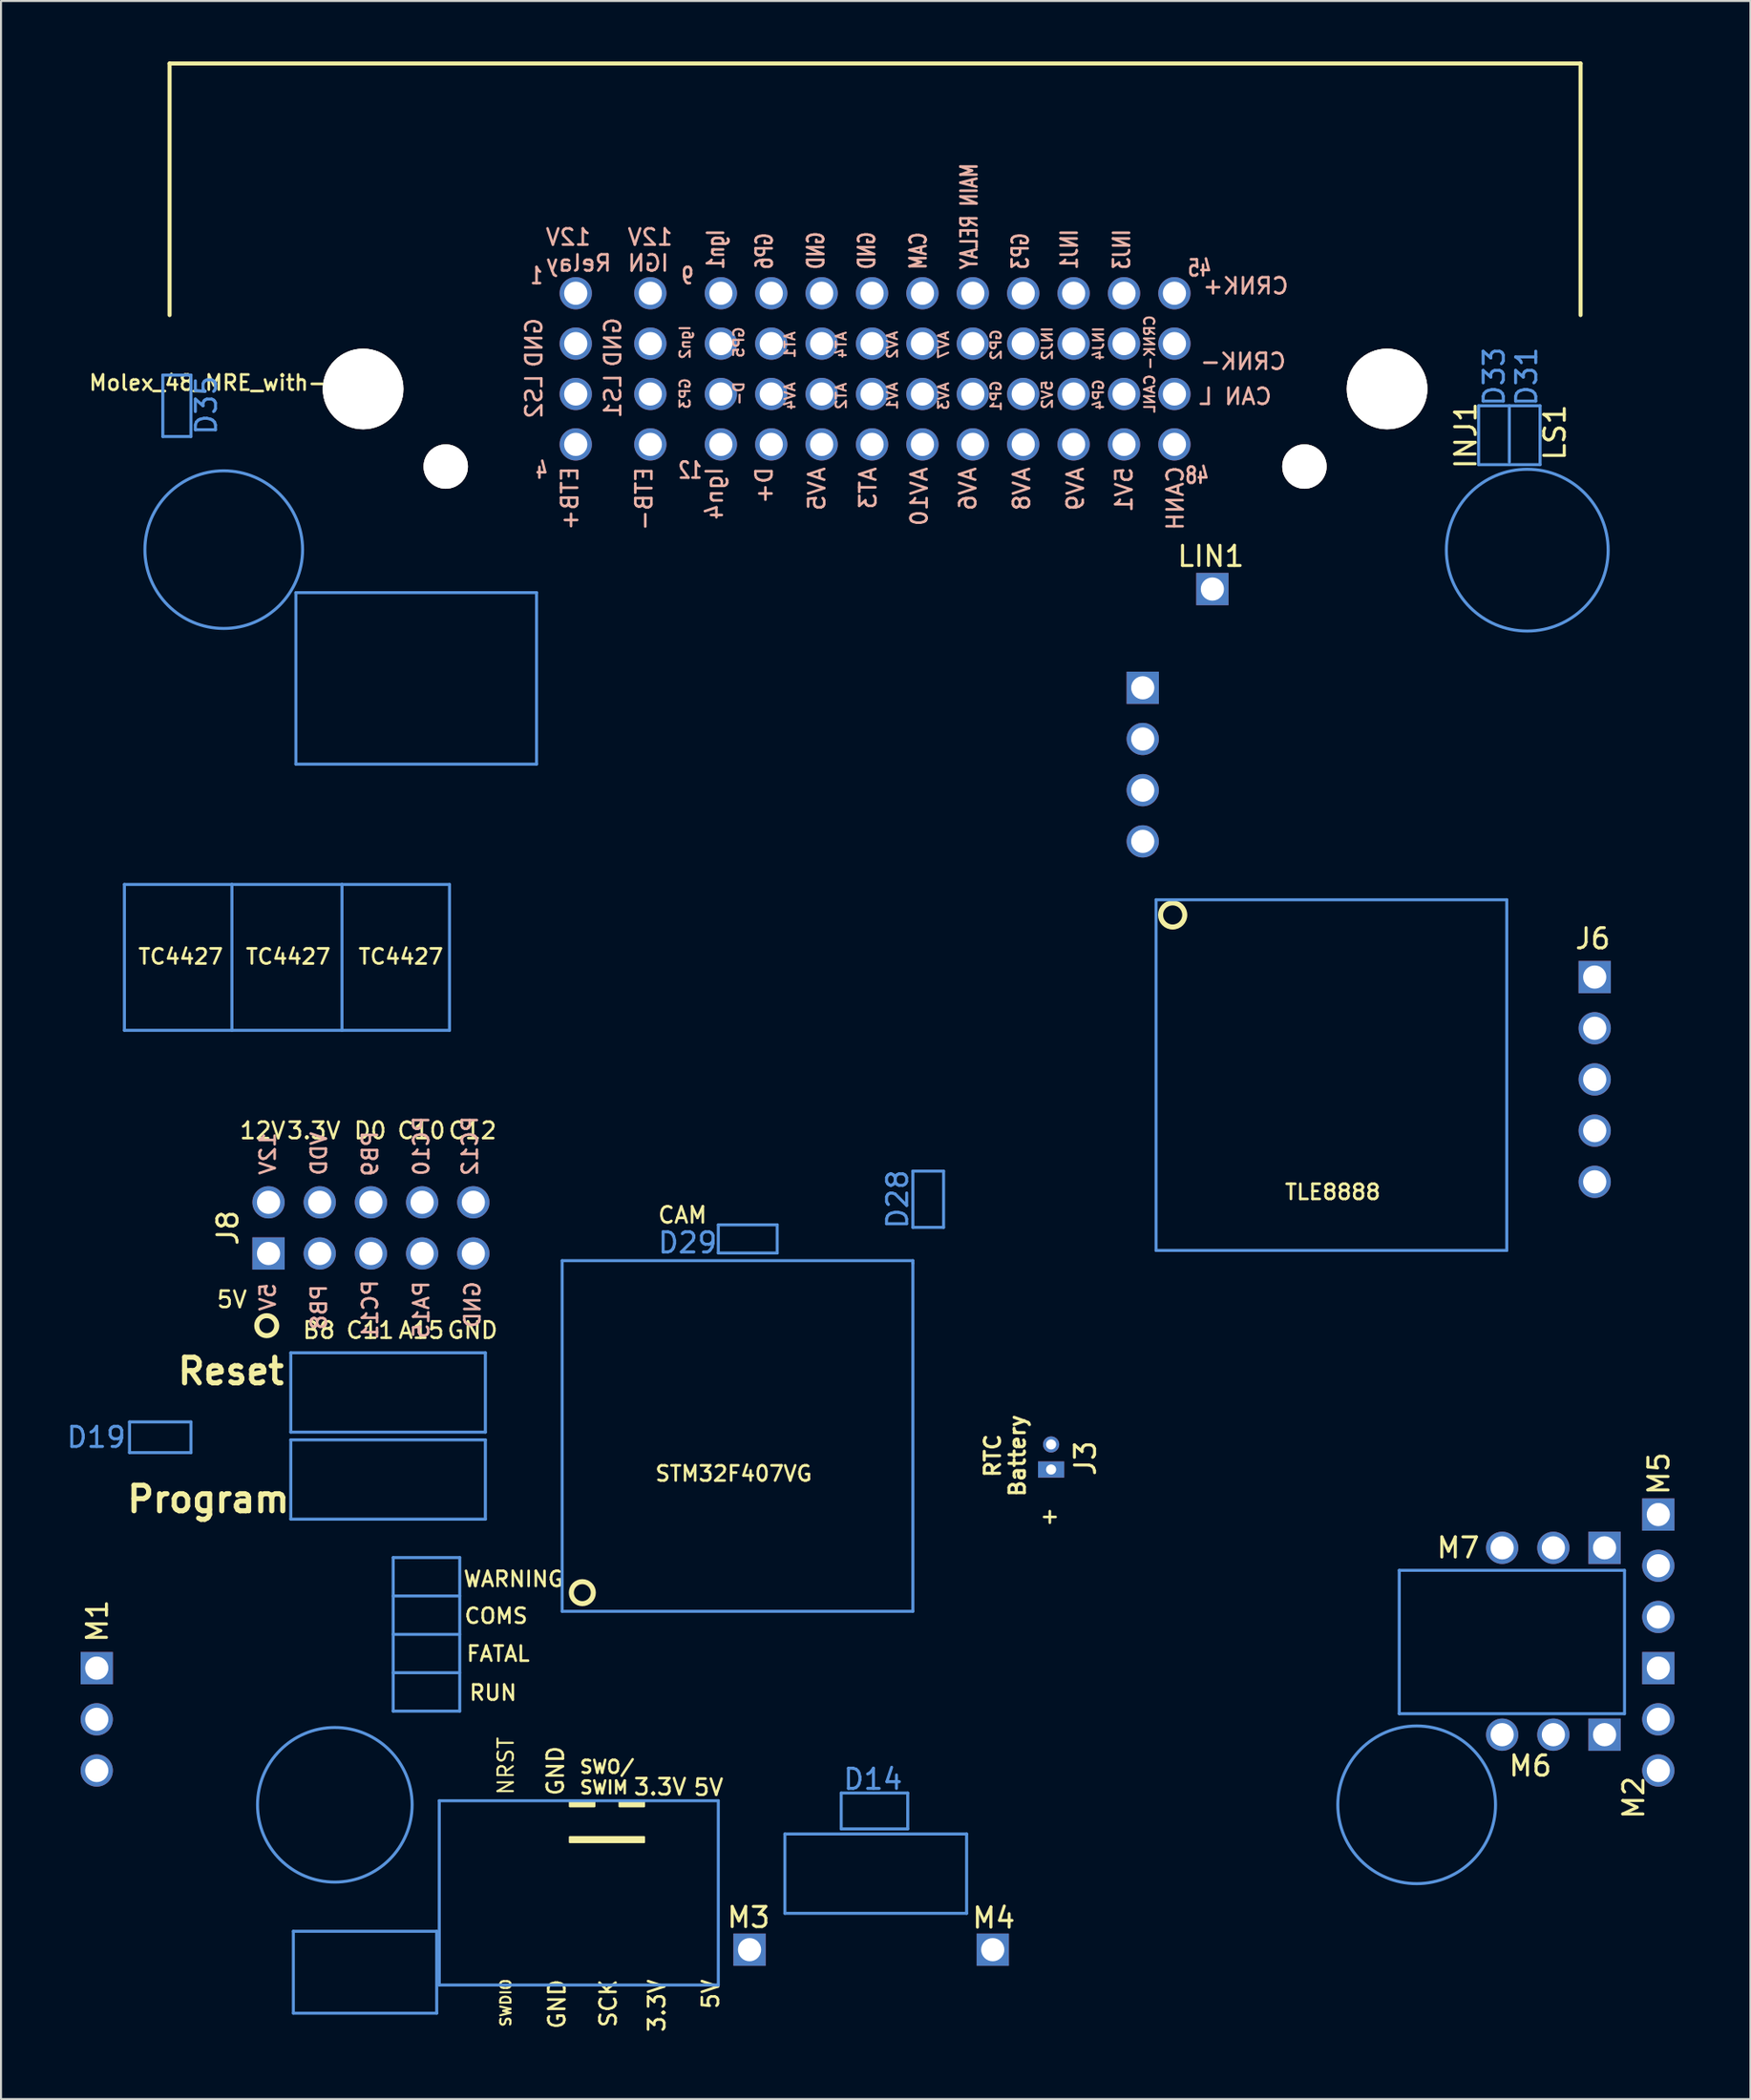
<source format=kicad_pcb>
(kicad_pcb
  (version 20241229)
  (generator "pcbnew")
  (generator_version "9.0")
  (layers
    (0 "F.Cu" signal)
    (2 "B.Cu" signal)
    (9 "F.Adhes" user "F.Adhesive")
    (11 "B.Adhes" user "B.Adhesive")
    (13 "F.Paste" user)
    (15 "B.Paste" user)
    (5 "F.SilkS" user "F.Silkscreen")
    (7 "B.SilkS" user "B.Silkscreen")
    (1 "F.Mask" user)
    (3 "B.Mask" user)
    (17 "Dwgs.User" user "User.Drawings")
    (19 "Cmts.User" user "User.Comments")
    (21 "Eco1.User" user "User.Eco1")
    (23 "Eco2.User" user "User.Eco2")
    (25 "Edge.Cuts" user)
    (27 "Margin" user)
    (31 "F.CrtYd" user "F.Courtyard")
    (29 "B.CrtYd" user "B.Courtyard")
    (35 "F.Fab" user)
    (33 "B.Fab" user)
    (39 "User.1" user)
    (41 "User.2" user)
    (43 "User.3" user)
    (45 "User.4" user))
  (footprint "Molex_48_MRE_with-extras"
    (layer "F.Cu")
    (at 25.474 11.497)
    (property "Reference" "Molex_48_MRE_with-extras" (at -16.485 4.445 0) (layer "F.SilkS") (effects (font (size 0.75 0.75) (thickness 0.13))))
    (attr through_hole)
    (fp_line (start -20.111 -11.397) (end -20.111 1.086) (stroke (width 0.2) (type solid)) (layer "F.SilkS"))
    (fp_line (start 49.889 -11.397) (end -20.111 -11.397) (stroke (width 0.2) (type solid)) (layer "F.SilkS"))
    (fp_line (start 49.889 -11.397) (end 49.889 1.086) (stroke (width 0.2) (type solid)) (layer "F.SilkS"))
    (fp_circle (center -15.291 51.232) (end -14.973 51.613) (stroke (width 0.25) (type solid)) (fill no) (layer "F.SilkS"))
    (fp_circle (center 0.366 64.479) (end 0.683 64.923) (stroke (width 0.25) (type solid)) (fill no) (layer "F.SilkS"))
    (fp_circle (center 29.652 30.851) (end 29.97 31.359) (stroke (width 0.25) (type solid)) (fill no) (layer "F.SilkS"))
    (fp_poly (pts (xy -0.254 74.828) (xy 0.965 74.828) (xy 0.965 75.082) (xy -0.254 75.082)) (stroke (width 0.1) (type solid)) (fill yes) (layer "F.SilkS"))
    (fp_poly (pts (xy -0.254 76.606) (xy 3.429 76.606) (xy 3.429 76.86) (xy -0.254 76.86)) (stroke (width 0.1) (type solid)) (fill yes) (layer "F.SilkS"))
    (fp_poly (pts (xy 2.21 74.828) (xy 3.429 74.828) (xy 3.429 75.082) (xy 2.21 75.082)) (stroke (width 0.1) (type solid)) (fill yes) (layer "F.SilkS"))
    (fp_line (start -22.352 29.337) (end -17.018 29.337) (stroke (width 0.15) (type solid)) (layer "Cmts.User"))
    (fp_line (start -22.352 36.576) (end -22.352 29.337) (stroke (width 0.15) (type solid)) (layer "Cmts.User"))
    (fp_line (start -22.098 56.007) (end -19.05 56.007) (stroke (width 0.15) (type solid)) (layer "Cmts.User"))
    (fp_line (start -22.098 57.531) (end -22.098 56.007) (stroke (width 0.15) (type solid)) (layer "Cmts.User"))
    (fp_line (start -20.447 4.064) (end -20.447 7.112) (stroke (width 0.15) (type solid)) (layer "Cmts.User"))
    (fp_line (start -20.447 7.112) (end -19.05 7.112) (stroke (width 0.15) (type solid)) (layer "Cmts.User"))
    (fp_line (start -19.05 4.064) (end -20.447 4.064) (stroke (width 0.15) (type solid)) (layer "Cmts.User"))
    (fp_line (start -19.05 7.112) (end -19.05 4.064) (stroke (width 0.15) (type solid)) (layer "Cmts.User"))
    (fp_line (start -19.05 56.007) (end -19.05 57.531) (stroke (width 0.15) (type solid)) (layer "Cmts.User"))
    (fp_line (start -19.05 57.531) (end -22.098 57.531) (stroke (width 0.15) (type solid)) (layer "Cmts.User"))
    (fp_line (start -17.018 29.337) (end -17.018 36.576) (stroke (width 0.15) (type solid)) (layer "Cmts.User"))
    (fp_line (start -17.018 29.337) (end -11.557 29.337) (stroke (width 0.15) (type solid)) (layer "Cmts.User"))
    (fp_line (start -17.018 36.576) (end -22.352 36.576) (stroke (width 0.15) (type solid)) (layer "Cmts.User"))
    (fp_line (start -14.097 52.578) (end -4.445 52.578) (stroke (width 0.15) (type solid)) (layer "Cmts.User"))
    (fp_line (start -14.097 56.515) (end -14.097 52.578) (stroke (width 0.15) (type solid)) (layer "Cmts.User"))
    (fp_line (start -14.097 56.896) (end -4.445 56.896) (stroke (width 0.15) (type solid)) (layer "Cmts.User"))
    (fp_line (start -14.097 60.833) (end -14.097 56.896) (stroke (width 0.15) (type solid)) (layer "Cmts.User"))
    (fp_line (start -13.97 81.28) (end -6.858 81.28) (stroke (width 0.15) (type solid)) (layer "Cmts.User"))
    (fp_line (start -13.97 85.344) (end -13.97 81.28) (stroke (width 0.15) (type solid)) (layer "Cmts.User"))
    (fp_line (start -13.843 14.859) (end -1.905 14.859) (stroke (width 0.15) (type solid)) (layer "Cmts.User"))
    (fp_line (start -13.843 23.368) (end -13.843 14.859) (stroke (width 0.15) (type solid)) (layer "Cmts.User"))
    (fp_line (start -11.557 29.337) (end -11.557 36.576) (stroke (width 0.15) (type solid)) (layer "Cmts.User"))
    (fp_line (start -11.557 36.576) (end -17.018 36.576) (stroke (width 0.15) (type solid)) (layer "Cmts.User"))
    (fp_line (start -11.557 36.576) (end -6.223 36.576) (stroke (width 0.15) (type solid)) (layer "Cmts.User"))
    (fp_line (start -9.017 62.738) (end -5.715 62.738) (stroke (width 0.15) (type solid)) (layer "Cmts.User"))
    (fp_line (start -9.017 64.643) (end -5.715 64.643) (stroke (width 0.15) (type solid)) (layer "Cmts.User"))
    (fp_line (start -9.017 66.548) (end -5.715 66.548) (stroke (width 0.15) (type solid)) (layer "Cmts.User"))
    (fp_line (start -9.017 68.453) (end -5.715 68.453) (stroke (width 0.15) (type solid)) (layer "Cmts.User"))
    (fp_line (start -9.017 70.358) (end -9.017 62.738) (stroke (width 0.15) (type solid)) (layer "Cmts.User"))
    (fp_line (start -6.858 81.28) (end -6.858 85.344) (stroke (width 0.15) (type solid)) (layer "Cmts.User"))
    (fp_line (start -6.858 85.344) (end -13.97 85.344) (stroke (width 0.15) (type solid)) (layer "Cmts.User"))
    (fp_line (start -6.731 74.803) (end 7.112 74.803) (stroke (width 0.15) (type solid)) (layer "Cmts.User"))
    (fp_line (start -6.731 83.947) (end -6.731 74.803) (stroke (width 0.15) (type solid)) (layer "Cmts.User"))
    (fp_line (start -6.223 29.337) (end -11.557 29.337) (stroke (width 0.15) (type solid)) (layer "Cmts.User"))
    (fp_line (start -6.223 36.576) (end -6.223 29.337) (stroke (width 0.15) (type solid)) (layer "Cmts.User"))
    (fp_line (start -5.715 62.738) (end -5.715 70.358) (stroke (width 0.15) (type solid)) (layer "Cmts.User"))
    (fp_line (start -5.715 70.358) (end -9.017 70.358) (stroke (width 0.15) (type solid)) (layer "Cmts.User"))
    (fp_line (start -4.445 52.578) (end -4.445 56.515) (stroke (width 0.15) (type solid)) (layer "Cmts.User"))
    (fp_line (start -4.445 56.515) (end -14.097 56.515) (stroke (width 0.15) (type solid)) (layer "Cmts.User"))
    (fp_line (start -4.445 56.896) (end -4.445 60.833) (stroke (width 0.15) (type solid)) (layer "Cmts.User"))
    (fp_line (start -4.445 60.833) (end -14.097 60.833) (stroke (width 0.15) (type solid)) (layer "Cmts.User"))
    (fp_line (start -1.905 14.859) (end -1.905 23.368) (stroke (width 0.15) (type solid)) (layer "Cmts.User"))
    (fp_line (start -1.905 23.368) (end -13.843 23.368) (stroke (width 0.15) (type solid)) (layer "Cmts.User"))
    (fp_line (start -0.635 48.006) (end -0.635 65.405) (stroke (width 0.15) (type solid)) (layer "Cmts.User"))
    (fp_line (start -0.635 65.405) (end 16.764 65.405) (stroke (width 0.15) (type solid)) (layer "Cmts.User"))
    (fp_line (start 7.112 46.228) (end 10.033 46.228) (stroke (width 0.15) (type solid)) (layer "Cmts.User"))
    (fp_line (start 7.112 47.625) (end 7.112 46.228) (stroke (width 0.15) (type solid)) (layer "Cmts.User"))
    (fp_line (start 7.112 74.803) (end 7.112 83.947) (stroke (width 0.15) (type solid)) (layer "Cmts.User"))
    (fp_line (start 7.112 83.947) (end -6.731 83.947) (stroke (width 0.15) (type solid)) (layer "Cmts.User"))
    (fp_line (start 10.033 46.228) (end 10.033 47.625) (stroke (width 0.15) (type solid)) (layer "Cmts.User"))
    (fp_line (start 10.033 47.625) (end 7.112 47.625) (stroke (width 0.15) (type solid)) (layer "Cmts.User"))
    (fp_line (start 10.414 76.454) (end 19.431 76.454) (stroke (width 0.15) (type solid)) (layer "Cmts.User"))
    (fp_line (start 10.414 80.391) (end 10.414 76.454) (stroke (width 0.15) (type solid)) (layer "Cmts.User"))
    (fp_line (start 13.208 74.422) (end 16.51 74.422) (stroke (width 0.15) (type solid)) (layer "Cmts.User"))
    (fp_line (start 13.208 76.2) (end 13.208 74.422) (stroke (width 0.15) (type solid)) (layer "Cmts.User"))
    (fp_line (start 16.51 74.422) (end 16.51 76.2) (stroke (width 0.15) (type solid)) (layer "Cmts.User"))
    (fp_line (start 16.51 76.2) (end 13.208 76.2) (stroke (width 0.15) (type solid)) (layer "Cmts.User"))
    (fp_line (start 16.764 43.561) (end 18.288 43.561) (stroke (width 0.15) (type solid)) (layer "Cmts.User"))
    (fp_line (start 16.764 46.355) (end 16.764 43.561) (stroke (width 0.15) (type solid)) (layer "Cmts.User"))
    (fp_line (start 16.764 48.006) (end -0.635 48.006) (stroke (width 0.15) (type solid)) (layer "Cmts.User"))
    (fp_line (start 16.764 48.133) (end 16.764 48.006) (stroke (width 0.15) (type solid)) (layer "Cmts.User"))
    (fp_line (start 16.764 65.405) (end 16.764 48.133) (stroke (width 0.15) (type solid)) (layer "Cmts.User"))
    (fp_line (start 18.288 43.561) (end 18.288 46.355) (stroke (width 0.15) (type solid)) (layer "Cmts.User"))
    (fp_line (start 18.288 46.355) (end 16.764 46.355) (stroke (width 0.15) (type solid)) (layer "Cmts.User"))
    (fp_line (start 19.431 76.454) (end 19.431 80.391) (stroke (width 0.15) (type solid)) (layer "Cmts.User"))
    (fp_line (start 19.431 80.391) (end 10.414 80.391) (stroke (width 0.15) (type solid)) (layer "Cmts.User"))
    (fp_line (start 28.829 30.099) (end 46.228 30.099) (stroke (width 0.15) (type solid)) (layer "Cmts.User"))
    (fp_line (start 28.829 47.498) (end 28.829 30.099) (stroke (width 0.15) (type solid)) (layer "Cmts.User"))
    (fp_line (start 40.894 63.373) (end 52.07 63.373) (stroke (width 0.15) (type solid)) (layer "Cmts.User"))
    (fp_line (start 40.894 70.485) (end 40.894 63.373) (stroke (width 0.15) (type solid)) (layer "Cmts.User"))
    (fp_line (start 44.831 5.588) (end 47.879 5.588) (stroke (width 0.15) (type solid)) (layer "Cmts.User"))
    (fp_line (start 44.831 8.509) (end 44.831 5.588) (stroke (width 0.15) (type solid)) (layer "Cmts.User"))
    (fp_line (start 46.228 30.099) (end 46.228 47.498) (stroke (width 0.15) (type solid)) (layer "Cmts.User"))
    (fp_line (start 46.228 47.498) (end 28.829 47.498) (stroke (width 0.15) (type solid)) (layer "Cmts.User"))
    (fp_line (start 46.355 5.588) (end 46.355 8.382) (stroke (width 0.15) (type solid)) (layer "Cmts.User"))
    (fp_line (start 47.879 5.588) (end 47.879 8.509) (stroke (width 0.15) (type solid)) (layer "Cmts.User"))
    (fp_line (start 47.879 8.509) (end 44.831 8.509) (stroke (width 0.15) (type solid)) (layer "Cmts.User"))
    (fp_line (start 52.07 63.373) (end 52.07 70.485) (stroke (width 0.15) (type solid)) (layer "Cmts.User"))
    (fp_line (start 52.07 70.485) (end 40.894 70.485) (stroke (width 0.15) (type solid)) (layer "Cmts.User"))
    (fp_circle (center -17.424 12.725) (end -13.513 12.725) (stroke (width 0.15) (type solid)) (fill no) (layer "Cmts.User"))
    (fp_circle (center -11.913 75.006) (end -15.748 75.006) (stroke (width 0.15) (type solid)) (fill no) (layer "Cmts.User"))
    (fp_circle (center 41.758 75.006) (end 37.846 75.006) (stroke (width 0.15) (type solid)) (fill no) (layer "Cmts.User"))
    (fp_circle (center 47.244 12.751) (end 51.257 12.751) (stroke (width 0.15) (type solid)) (fill no) (layer "Cmts.User"))
    (fp_line (start -25.374 5.973) (end -25.372 74.816) (stroke (width 0.2) (type solid)) (layer "Eco1.User"))
    (fp_line (start -25.374 5.973) (end -20.078 -7.166) (stroke (width 0.2) (type solid)) (layer "Eco1.User"))
    (fp_line (start -20.078 -7.166) (end 49.867 -7.166) (stroke (width 0.2) (type solid)) (layer "Eco1.User"))
    (fp_line (start -13.129 86.507) (end -25.372 74.816) (stroke (width 0.2) (type solid)) (layer "Eco1.User"))
    (fp_line (start -13.129 86.507) (end 42.973 86.507) (stroke (width 0.2) (type solid)) (layer "Eco1.User"))
    (fp_line (start 49.867 -7.166) (end 55.214 5.973) (stroke (width 0.2) (type solid)) (layer "Eco1.User"))
    (fp_line (start 55.214 5.973) (end 55.216 74.816) (stroke (width 0.2) (type solid)) (layer "Eco1.User"))
    (fp_line (start 55.216 74.816) (end 42.973 86.507) (stroke (width 0.2) (type solid)) (layer "Eco1.User"))
    (fp_circle (center -19.686 20.394) (end -18.048 20.394) (stroke (width 0.2) (type solid)) (fill no) (layer "Eco1.User"))
    (fp_circle (center -17.413 12.736) (end -15.622 12.736) (stroke (width 0.2) (type solid)) (fill no) (layer "Eco1.User"))
    (fp_circle (center -11.914 75.004) (end -10.123 75.004) (stroke (width 0.2) (type solid)) (fill no) (layer "Eco1.User"))
    (fp_circle (center 36.474 70.305) (end 38.112 70.305) (stroke (width 0.2) (type solid)) (fill no) (layer "Eco1.User"))
    (fp_circle (center 41.757 75.004) (end 43.547 75.004) (stroke (width 0.2) (type solid)) (fill no) (layer "Eco1.User"))
    (fp_circle (center 47.256 12.736) (end 49.046 12.736) (stroke (width 0.2) (type solid)) (fill no) (layer "Eco1.User"))
    (fp_text user "CAM" (at 5.334 45.745 0) (layer "F.SilkS") (effects (font (size 0.8 0.8) (thickness 0.13))))
    (fp_text user "TC4427" (at -19.558 32.918 0) (layer "F.SilkS") (effects (font (size 0.75 0.75) (thickness 0.13))))
    (fp_text user "GND" (at -0.889 83.591 90) (layer "F.SilkS") (effects (font (size 0.8 0.8) (thickness 0.13)) (justify right)))
    (fp_text user "Reset" (at -17.069 53.492 0) (layer "F.SilkS") (effects (font (size 1.27 1.27) (thickness 0.254))))
    (fp_text user "M5" (at 53.772 58.572 90) (layer "F.SilkS") (effects (font (size 1 1) (thickness 0.15))))
    (fp_text user "SCK" (at 1.651 83.591 90) (layer "F.SilkS") (effects (font (size 0.8 0.8) (thickness 0.13)) (justify right)))
    (fp_text user "3.3V" (at 2.845 74.117 0) (layer "F.SilkS") (effects (font (size 0.8 0.8) (thickness 0.13)) (justify left)))
    (fp_text user "M3" (at 8.611 80.594 0) (layer "F.SilkS") (effects (font (size 1 1) (thickness 0.15))))
    (fp_text user "12V" (at -15.494 41.554 0) (layer "F.SilkS") (effects (font (size 0.813 0.813) (thickness 0.127))))
    (fp_text user "5V" (at 6.731 83.591 90) (layer "F.SilkS") (effects (font (size 0.8 0.8) (thickness 0.13)) (justify right)))
    (fp_text user "COMS" (at -3.912 65.634 0) (layer "F.SilkS") (effects (font (size 0.75 0.75) (thickness 0.13))))
    (fp_text user "M7" (at 43.815 62.255 0) (layer "F.SilkS") (effects (font (size 1 1) (thickness 0.15))))
    (fp_text user "GND" (at -0.965 74.625 90) (layer "F.SilkS") (effects (font (size 0.8 0.8) (thickness 0.13)) (justify left)))
    (fp_text user "5V" (at 5.817 74.143 0) (layer "F.SilkS") (effects (font (size 0.8 0.8) (thickness 0.13)) (justify left)))
    (fp_text user "M6" (at 47.396 73.076 0) (layer "F.SilkS") (effects (font (size 1 1) (thickness 0.15))))
    (fp_text user "NRST" (at -3.429 74.574 90) (layer "F.SilkS") (effects (font (size 0.762 0.762) (thickness 0.102)) (justify left)))
    (fp_text user "RUN" (at -4.064 69.444 0) (layer "F.SilkS") (effects (font (size 0.75 0.75) (thickness 0.13))))
    (fp_text user "TLE8888" (at 37.592 44.602 0) (layer "F.SilkS") (effects (font (size 0.75 0.75) (thickness 0.13))))
    (fp_text user "STM32F407VG" (at 7.874 58.572 0) (layer "F.SilkS") (effects (font (size 0.75 0.75) (thickness 0.13))))
    (fp_text user "M2" (at 52.527 74.651 90) (layer "F.SilkS") (effects (font (size 1 1) (thickness 0.15))))
    (fp_text user "C12" (at -5.08 41.554 0) (layer "F.SilkS") (effects (font (size 0.813 0.813) (thickness 0.127))))
    (fp_text user "C11" (at -10.16 51.46 0) (layer "F.SilkS") (effects (font (size 0.813 0.813) (thickness 0.127))))
    (fp_text user "M1" (at -23.698 65.888 90) (layer "F.SilkS") (effects (font (size 1 1) (thickness 0.15))))
    (fp_text user "FATAL" (at -3.81 67.513 0) (layer "F.SilkS") (effects (font (size 0.75 0.75) (thickness 0.13))))
    (fp_text user "3.3V" (at -12.954 41.554 0) (layer "F.SilkS") (effects (font (size 0.813 0.813) (thickness 0.127))))
    (fp_text user "TC4427" (at -8.636 32.918 0) (layer "F.SilkS") (effects (font (size 0.75 0.75) (thickness 0.13))))
    (fp_text user "B8" (at -12.7 51.46 0) (layer "F.SilkS") (effects (font (size 0.813 0.813) (thickness 0.127))))
    (fp_text user "J6" (at 50.495 32.029 0) (layer "F.SilkS") (effects (font (size 1 1) (thickness 0.15))))
    (fp_text user "GND" (at -5.08 51.46 0) (layer "F.SilkS") (effects (font (size 0.813 0.813) (thickness 0.127))))
    (fp_text user "SWDIO" (at -3.429 83.591 90) (layer "F.SilkS") (effects (font (size 0.508 0.508) (thickness 0.102)) (justify right)))
    (fp_text user "TC4427" (at -14.224 32.918 0) (layer "F.SilkS") (effects (font (size 0.75 0.75) (thickness 0.13))))
    (fp_text user "M4" (at 20.777 80.62 0) (layer "F.SilkS") (effects (font (size 1 1) (thickness 0.15))))
    (fp_text user "WARNING" (at -3.048 63.805 0) (layer "F.SilkS") (effects (font (size 0.75 0.75) (thickness 0.13))))
    (fp_text user "LIN1" (at 31.547 13.056 0) (layer "F.SilkS") (effects (font (size 1 1) (thickness 0.15))))
    (fp_text user "SWO/\nSWIM" (at 0.178 73.635 0) (layer "F.SilkS") (effects (font (size 0.635 0.635) (thickness 0.127)) (justify left)))
    (fp_text user "+" (at 23.558 60.668 0) (layer "F.SilkS") (effects (font (size 0.75 0.75) (thickness 0.13))))
    (fp_text user "C10" (at -7.62 41.554 0) (layer "F.SilkS") (effects (font (size 0.813 0.813) (thickness 0.127))))
    (fp_text user "Program" (at -18.186 59.842 0) (layer "F.SilkS") (effects (font (size 1.27 1.27) (thickness 0.254))))
    (fp_text user "J3" (at 25.324 57.81 90) (layer "F.SilkS") (effects (font (size 1 1) (thickness 0.15))))
    (fp_text user "D0" (at -10.16 41.554 0) (layer "F.SilkS") (effects (font (size 0.813 0.813) (thickness 0.127))))
    (fp_text user "A15" (at -7.62 51.46 0) (layer "F.SilkS") (effects (font (size 0.813 0.813) (thickness 0.127))))
    (fp_text user "RTC\nBattery\n" (at 21.336 57.683 90) (layer "F.SilkS") (effects (font (size 0.762 0.762) (thickness 0.152))))
    (fp_text user "3.3V" (at 4.064 83.591 90) (layer "F.SilkS") (effects (font (size 0.8 0.8) (thickness 0.13)) (justify right)))
    (fp_text user "5V" (at -17.018 49.936 0) (layer "F.SilkS") (effects (font (size 0.813 0.813) (thickness 0.127))))
    (fp_text user "INJ1" (at 44.196 7.061 90) (layer "F.SilkS") (effects (font (size 1.016 1.016) (thickness 0.152))))
    (fp_text user "J8" (at -17.221 46.38 90) (layer "F.SilkS") (effects (font (size 1 1) (thickness 0.15))))
    (fp_text user "LS1" (at 48.616 6.909 90) (layer "F.SilkS") (effects (font (size 1.016 1.016) (thickness 0.152))))
    (fp_text user "GP3" (at 22.098 -1.113 90) (layer "B.SilkS") (effects (font (size 0.8 0.6) (thickness 0.13)) (justify right mirror)))
    (fp_text user "PA15" (at -7.62 50.444 270) (layer "B.SilkS") (effects (font (size 0.75 0.75) (thickness 0.13)) (justify mirror)))
    (fp_text user "GND" (at 11.953 -1.113 90) (layer "B.SilkS") (effects (font (size 0.8 0.6) (thickness 0.13)) (justify right mirror)))
    (fp_text user "AV8" (at 22.162 8.558 90) (layer "B.SilkS") (effects (font (size 0.8 0.8) (thickness 0.13)) (justify left mirror)))
    (fp_text user "AT3" (at 14.541 8.558 90) (layer "B.SilkS") (effects (font (size 0.8 0.8) (thickness 0.13)) (justify left mirror)))
    (fp_text user "AV1" (at 15.748 5.105 90) (layer "B.SilkS") (effects (font (size 0.508 0.508) (thickness 0.102)) (justify mirror)))
    (fp_text user "AT1" (at 10.668 2.565 90) (layer "B.SilkS") (effects (font (size 0.508 0.508) (thickness 0.102)) (justify mirror)))
    (fp_text user "5V1" (at 27.241 8.558 90) (layer "B.SilkS") (effects (font (size 0.8 0.8) (thickness 0.13)) (justify left mirror)))
    (fp_text user "GP5" (at 8.128 2.438 90) (layer "B.SilkS") (effects (font (size 0.508 0.508) (thickness 0.102)) (justify mirror)))
    (fp_text user "GND" (at -5.08 50.19 270) (layer "B.SilkS") (effects (font (size 0.75 0.75) (thickness 0.13)) (justify mirror)))
    (fp_text user "CRNK-" (at 33.147 3.391 0) (layer "B.SilkS") (effects (font (size 0.8 0.8) (thickness 0.13)) (justify mirror)))
    (fp_text user "PC11" (at -10.16 50.444 270) (layer "B.SilkS") (effects (font (size 0.75 0.75) (thickness 0.13)) (justify mirror)))
    (fp_text user "ETB-" (at 3.429 8.558 90) (layer "B.SilkS") (effects (font (size 0.8 0.8) (thickness 0.13)) (justify left mirror)))
    (fp_text user "D+" (at 9.389 8.558 90) (layer "B.SilkS") (effects (font (size 0.8 0.8) (thickness 0.13)) (justify left mirror)))
    (fp_text user "CRNK+" (at 33.274 -0.356 0) (layer "B.SilkS") (effects (font (size 0.8 0.8) (thickness 0.13)) (justify mirror)))
    (fp_text user "12V\nIGN" (at 2.54 -2.134 0) (layer "B.SilkS") (effects (font (size 0.8 0.8) (thickness 0.13)) (justify right mirror)))
    (fp_text user "GND" (at 14.478 -1.113 90) (layer "B.SilkS") (effects (font (size 0.8 0.6) (thickness 0.13)) (justify right mirror)))
    (fp_text user "AV4" (at 10.668 5.105 90) (layer "B.SilkS") (effects (font (size 0.508 0.508) (thickness 0.102)) (justify mirror)))
    (fp_text user "AT4" (at 13.208 2.565 90) (layer "B.SilkS") (effects (font (size 0.508 0.508) (thickness 0.102)) (justify mirror)))
    (fp_text user "AV5" (at 12.002 8.558 90) (layer "B.SilkS") (effects (font (size 0.8 0.8) (thickness 0.13)) (justify left mirror)))
    (fp_text user "AV6" (at 19.494 8.558 90) (layer "B.SilkS") (effects (font (size 0.8 0.8) (thickness 0.13)) (justify left mirror)))
    (fp_text user "GP6" (at 9.398 -1.113 90) (layer "B.SilkS") (effects (font (size 0.8 0.6) (thickness 0.13)) (justify right mirror)))
    (fp_text user "PB9" (at -10.16 42.697 270) (layer "B.SilkS") (effects (font (size 0.75 0.75) (thickness 0.13)) (justify mirror)))
    (fp_text user "PB8" (at -12.7 50.317 270) (layer "B.SilkS") (effects (font (size 0.75 0.75) (thickness 0.13)) (justify mirror)))
    (fp_text user "12V\nRelay" (at -1.524 -2.134 0) (layer "B.SilkS") (effects (font (size 0.8 0.8) (thickness 0.13)) (justify right mirror)))
    (fp_text user "AV9" (at 24.828 8.558 90) (layer "B.SilkS") (effects (font (size 0.8 0.8) (thickness 0.13)) (justify left mirror)))
    (fp_text user "LS1" (at 1.88 5.105 90) (layer "B.SilkS") (effects (font (size 0.8 0.8) (thickness 0.127)) (justify mirror)))
    (fp_text user "Ign1" (at 6.985 -1.113 90) (layer "B.SilkS") (effects (font (size 0.8 0.6) (thickness 0.13)) (justify right mirror)))
    (fp_text user "D-" (at 8.128 4.978 90) (layer "B.SilkS") (effects (font (size 0.508 0.508) (thickness 0.102)) (justify mirror)))
    (fp_text user "GP2" (at 20.892 2.565 90) (layer "B.SilkS") (effects (font (size 0.508 0.508) (thickness 0.102)) (justify mirror)))
    (fp_text user "5V" (at -15.24 49.809 270) (layer "B.SilkS") (effects (font (size 0.75 0.75) (thickness 0.13)) (justify mirror)))
    (fp_text user "VDD" (at -12.7 42.697 270) (layer "B.SilkS") (effects (font (size 0.75 0.75) (thickness 0.13)) (justify mirror)))
    (fp_text user "12V" (at -15.24 42.697 270) (layer "B.SilkS") (effects (font (size 0.75 0.75) (thickness 0.13)) (justify mirror)))
    (fp_text user "12" (at 5.715 8.788 0) (layer "B.SilkS") (effects (font (size 0.8 0.6) (thickness 0.13)) (justify mirror)))
    (fp_text user "GP1" (at 20.892 5.105 90) (layer "B.SilkS") (effects (font (size 0.508 0.508) (thickness 0.102)) (justify mirror)))
    (fp_text user "INJ3" (at 27.126 -1.113 90) (layer "B.SilkS") (effects (font (size 0.8 0.6) (thickness 0.13)) (justify right mirror)))
    (fp_text user "Ign2" (at 5.461 2.438 90) (layer "B.SilkS") (effects (font (size 0.508 0.508) (thickness 0.102)) (justify mirror)))
    (fp_text user "9" (at 5.588 -0.864 0) (layer "B.SilkS") (effects (font (size 0.8 0.6) (thickness 0.13)) (justify mirror)))
    (fp_text user "AV3" (at 18.288 5.105 90) (layer "B.SilkS") (effects (font (size 0.508 0.508) (thickness 0.102)) (justify mirror)))
    (fp_text user "GP3" (at 5.461 4.978 90) (layer "B.SilkS") (effects (font (size 0.508 0.508) (thickness 0.102)) (justify mirror)))
    (fp_text user "CAM" (at 17.033 -1.113 90) (layer "B.SilkS") (effects (font (size 0.8 0.6) (thickness 0.13)) (justify right mirror)))
    (fp_text user "CANL" (at 28.512 4.991 90) (layer "B.SilkS") (effects (font (size 0.508 0.508) (thickness 0.102)) (justify mirror)))
    (fp_text user "CRNK-" (at 28.512 2.451 90) (layer "B.SilkS") (effects (font (size 0.508 0.508) (thickness 0.102)) (justify mirror)))
    (fp_text user "LS2" (at -2.032 5.127 90) (layer "B.SilkS") (effects (font (size 0.8 0.8) (thickness 0.13)) (justify mirror)))
    (fp_text user "Ign4" (at 6.921 8.558 90) (layer "B.SilkS") (effects (font (size 0.8 0.8) (thickness 0.13)) (justify left mirror)))
    (fp_text user "ETB+" (at -0.254 10.185 90) (layer "B.SilkS") (effects (font (size 0.8 0.8) (thickness 0.13)) (justify mirror)))
    (fp_text user "AT2" (at 13.208 5.105 90) (layer "B.SilkS") (effects (font (size 0.508 0.508) (thickness 0.102)) (justify mirror)))
    (fp_text user "GND" (at -2.032 2.46 90) (layer "B.SilkS") (effects (font (size 0.8 0.8) (thickness 0.13)) (justify mirror)))
    (fp_text user "1" (at -1.905 -0.864 0) (layer "B.SilkS") (effects (font (size 0.8 0.6) (thickness 0.13)) (justify mirror)))
    (fp_text user "5V2" (at 23.431 5.042 90) (layer "B.SilkS") (effects (font (size 0.508 0.508) (thickness 0.102)) (justify mirror)))
    (fp_text user "INJ4" (at 25.971 2.502 90) (layer "B.SilkS") (effects (font (size 0.508 0.508) (thickness 0.102)) (justify mirror)))
    (fp_text user "PC12" (at -5.207 42.316 270) (layer "B.SilkS") (effects (font (size 0.75 0.75) (thickness 0.13)) (justify mirror)))
    (fp_text user "INJ2" (at 23.431 2.502 90) (layer "B.SilkS") (effects (font (size 0.508 0.508) (thickness 0.102)) (justify mirror)))
    (fp_text user "MAIN RELAY" (at 19.558 -1.113 90) (layer "B.SilkS") (effects (font (size 0.8 0.6) (thickness 0.13)) (justify right mirror)))
    (fp_text user "AV7" (at 18.288 2.565 90) (layer "B.SilkS") (effects (font (size 0.508 0.508) (thickness 0.102)) (justify mirror)))
    (fp_text user "45" (at 30.988 -1.245 0) (layer "B.SilkS") (effects (font (size 0.8 0.6) (thickness 0.13)) (justify mirror)))
    (fp_text user "48" (at 30.861 9.042 0) (layer "B.SilkS") (effects (font (size 0.8 0.6) (thickness 0.13)) (justify mirror)))
    (fp_text user "GP4" (at 25.971 5.042 90) (layer "B.SilkS") (effects (font (size 0.508 0.508) (thickness 0.102)) (justify mirror)))
    (fp_text user "AV2" (at 15.748 2.565 90) (layer "B.SilkS") (effects (font (size 0.508 0.508) (thickness 0.102)) (justify mirror)))
    (fp_text user "CANH" (at 29.782 8.508 90) (layer "B.SilkS") (effects (font (size 0.8 0.8) (thickness 0.13)) (justify left mirror)))
    (fp_text user "AV10" (at 17.081 8.558 90) (layer "B.SilkS") (effects (font (size 0.8 0.8) (thickness 0.13)) (justify left mirror)))
    (fp_text user "INJ1" (at 24.526 -1.113 90) (layer "B.SilkS") (effects (font (size 0.8 0.6) (thickness 0.13)) (justify right mirror)))
    (fp_text user "4" (at -1.651 8.788 0) (layer "B.SilkS") (effects (font (size 0.8 0.6) (thickness 0.13)) (justify mirror)))
    (fp_text user "PC10" (at -7.62 42.316 270) (layer "B.SilkS") (effects (font (size 0.75 0.75) (thickness 0.13)) (justify mirror)))
    (fp_text user "CAN L" (at 32.766 5.127 0) (layer "B.SilkS") (effects (font (size 0.8 0.8) (thickness 0.13)) (justify mirror)))
    (fp_text user "GND" (at 1.88 2.438 90) (layer "B.SilkS") (effects (font (size 0.8 0.8) (thickness 0.127)) (justify mirror)))
    (fp_text user "D28" (at 16.002 44.958 90) (layer "Cmts.User") (effects (font (size 1 1) (thickness 0.15))))
    (fp_text user "D29" (at 5.588 47.117 0) (layer "Cmts.User") (effects (font (size 1 1) (thickness 0.15))))
    (fp_text user "D19" (at -23.749 56.769 0) (layer "Cmts.User") (effects (font (size 1 1) (thickness 0.15))))
    (fp_text user "D14" (at 14.783 73.736 0) (layer "Cmts.User") (effects (font (size 1 1) (thickness 0.15))))
    (fp_text user "D33\nD31" (at 46.406 4.14 90) (layer "Cmts.User") (effects (font (size 1 1) (thickness 0.15))))
    (fp_text user "D35" (at -18.288 5.563 90) (layer "Cmts.User") (effects (font (size 1 1) (thickness 0.15))))
    (pad "" thru_hole circle (at -10.511 4.753 270) (size 4 4) (drill 4) (layers "*.Cu" "*.Mask" "F.SilkS"))
    (pad "" thru_hole circle (at -6.411 8.603 270) (size 2.2 2.2) (drill 2.2) (layers "*.Cu" "*.Mask" "F.SilkS"))
    (pad "" thru_hole circle (at 36.189 8.603 270) (size 2.2 2.2) (drill 2.2) (layers "*.Cu" "*.Mask" "F.SilkS"))
    (pad "" thru_hole circle (at 40.289 4.753 270) (size 4 4) (drill 4) (layers "*.Cu" "*.Mask" "F.SilkS"))
    (pad "1" thru_hole circle (at 0.039 0.003 270) (size 1.6 1.6) (drill 1.15) (layers "*.Cu" "*.Mask"))
    (pad "2" thru_hole circle (at 0.039 2.503 270) (size 1.6 1.6) (drill 1.15) (layers "*.Cu" "*.Mask"))
    (pad "3" thru_hole circle (at 0.039 5.003 270) (size 1.6 1.6) (drill 1.15) (layers "*.Cu" "*.Mask"))
    (pad "4" thru_hole circle (at 0.039 7.503 270) (size 1.6 1.6) (drill 1.15) (layers "*.Cu" "*.Mask"))
    (pad "5" thru_hole circle (at 3.739 0.003 270) (size 1.6 1.6) (drill 1.15) (layers "*.Cu" "*.Mask"))
    (pad "6" thru_hole circle (at 3.739 2.503 270) (size 1.6 1.6) (drill 1.15) (layers "*.Cu" "*.Mask"))
    (pad "7" thru_hole circle (at 3.739 5.003 270) (size 1.6 1.6) (drill 1.15) (layers "*.Cu" "*.Mask"))
    (pad "8" thru_hole circle (at 3.739 7.503 270) (size 1.6 1.6) (drill 1.15) (layers "*.Cu" "*.Mask"))
    (pad "9" thru_hole circle (at 7.239 0.003 270) (size 1.6 1.6) (drill 1.15) (layers "*.Cu" "*.Mask"))
    (pad "10" thru_hole circle (at 7.239 2.503 270) (size 1.6 1.6) (drill 1.15) (layers "*.Cu" "*.Mask"))
    (pad "11" thru_hole circle (at 7.239 5.003 270) (size 1.6 1.6) (drill 1.15) (layers "*.Cu" "*.Mask"))
    (pad "12" thru_hole circle (at 7.239 7.503 270) (size 1.6 1.6) (drill 1.15) (layers "*.Cu" "*.Mask"))
    (pad "13" thru_hole circle (at 9.739 0.003 270) (size 1.6 1.6) (drill 1.15) (layers "*.Cu" "*.Mask"))
    (pad "14" thru_hole circle (at 9.739 2.503 270) (size 1.6 1.6) (drill 1.15) (layers "*.Cu" "*.Mask"))
    (pad "15" thru_hole circle (at 9.739 5.003 270) (size 1.6 1.6) (drill 1.15) (layers "*.Cu" "*.Mask"))
    (pad "16" thru_hole circle (at 9.739 7.503 270) (size 1.6 1.6) (drill 1.15) (layers "*.Cu" "*.Mask"))
    (pad "17" thru_hole circle (at 12.239 0.003 270) (size 1.6 1.6) (drill 1.15) (layers "*.Cu" "*.Mask"))
    (pad "18" thru_hole circle (at 12.239 2.503 270) (size 1.6 1.6) (drill 1.15) (layers "*.Cu" "*.Mask"))
    (pad "19" thru_hole circle (at 12.239 5.003 270) (size 1.6 1.6) (drill 1.15) (layers "*.Cu" "*.Mask"))
    (pad "20" thru_hole circle (at 12.239 7.503 270) (size 1.6 1.6) (drill 1.15) (layers "*.Cu" "*.Mask"))
    (pad "21" thru_hole circle (at 14.739 0.003 270) (size 1.6 1.6) (drill 1.15) (layers "*.Cu" "*.Mask"))
    (pad "22" thru_hole circle (at 14.739 2.503 270) (size 1.6 1.6) (drill 1.15) (layers "*.Cu" "*.Mask"))
    (pad "23" thru_hole circle (at 14.739 5.003 270) (size 1.6 1.6) (drill 1.15) (layers "*.Cu" "*.Mask"))
    (pad "24" thru_hole circle (at 14.739 7.503 270) (size 1.6 1.6) (drill 1.15) (layers "*.Cu" "*.Mask"))
    (pad "25" thru_hole circle (at 17.239 0.003 270) (size 1.6 1.6) (drill 1.15) (layers "*.Cu" "*.Mask"))
    (pad "26" thru_hole circle (at 17.239 2.503 270) (size 1.6 1.6) (drill 1.15) (layers "*.Cu" "*.Mask"))
    (pad "27" thru_hole circle (at 17.239 5.003 270) (size 1.6 1.6) (drill 1.15) (layers "*.Cu" "*.Mask"))
    (pad "28" thru_hole circle (at 17.239 7.503 270) (size 1.6 1.6) (drill 1.15) (layers "*.Cu" "*.Mask"))
    (pad "29" thru_hole circle (at 19.739 0.003 270) (size 1.6 1.6) (drill 1.15) (layers "*.Cu" "*.Mask"))
    (pad "30" thru_hole circle (at 19.739 2.503 270) (size 1.6 1.6) (drill 1.15) (layers "*.Cu" "*.Mask"))
    (pad "31" thru_hole circle (at 19.739 5.003 270) (size 1.6 1.6) (drill 1.15) (layers "*.Cu" "*.Mask"))
    (pad "32" thru_hole circle (at 19.739 7.503 270) (size 1.6 1.6) (drill 1.15) (layers "*.Cu" "*.Mask"))
    (pad "33" thru_hole circle (at 22.239 0.003 270) (size 1.6 1.6) (drill 1.15) (layers "*.Cu" "*.Mask"))
    (pad "34" thru_hole circle (at 22.239 2.503 270) (size 1.6 1.6) (drill 1.15) (layers "*.Cu" "*.Mask"))
    (pad "35" thru_hole circle (at 22.239 5.003 270) (size 1.6 1.6) (drill 1.15) (layers "*.Cu" "*.Mask"))
    (pad "36" thru_hole circle (at 22.239 7.503 270) (size 1.6 1.6) (drill 1.15) (layers "*.Cu" "*.Mask"))
    (pad "37" thru_hole circle (at 24.739 0.003 270) (size 1.6 1.6) (drill 1.15) (layers "*.Cu" "*.Mask"))
    (pad "38" thru_hole circle (at 24.739 2.503 270) (size 1.6 1.6) (drill 1.15) (layers "*.Cu" "*.Mask"))
    (pad "39" thru_hole circle (at 24.739 5.003 270) (size 1.6 1.6) (drill 1.15) (layers "*.Cu" "*.Mask"))
    (pad "40" thru_hole circle (at 24.739 7.503 270) (size 1.6 1.6) (drill 1.15) (layers "*.Cu" "*.Mask"))
    (pad "41" thru_hole circle (at 27.239 0.003 270) (size 1.6 1.6) (drill 1.15) (layers "*.Cu" "*.Mask"))
    (pad "42" thru_hole circle (at 27.239 2.503 270) (size 1.6 1.6) (drill 1.15) (layers "*.Cu" "*.Mask"))
    (pad "43" thru_hole circle (at 27.239 5.003 270) (size 1.6 1.6) (drill 1.15) (layers "*.Cu" "*.Mask"))
    (pad "44" thru_hole circle (at 27.239 7.503 270) (size 1.6 1.6) (drill 1.15) (layers "*.Cu" "*.Mask"))
    (pad "45" thru_hole circle (at 29.739 0.003 270) (size 1.6 1.6) (drill 1.15) (layers "*.Cu" "*.Mask"))
    (pad "46" thru_hole circle (at 29.739 2.503 270) (size 1.6 1.6) (drill 1.15) (layers "*.Cu" "*.Mask"))
    (pad "47" thru_hole circle (at 29.739 5.003 270) (size 1.6 1.6) (drill 1.15) (layers "*.Cu" "*.Mask"))
    (pad "48" thru_hole circle (at 29.739 7.503 270) (size 1.6 1.6) (drill 1.15) (layers "*.Cu" "*.Mask"))
    (pad "J31" thru_hole rect (at 23.622 58.369 270) (size 0.8 1.3) (drill 0.5) (layers "*.Cu" "*.Mask"))
    (pad "J32" thru_hole circle (at 23.622 57.125 270) (size 0.8 0.8) (drill 0.5) (layers "*.Cu" "*.Mask"))
    (pad "J51" thru_hole rect (at 28.169 19.581 270) (size 1.6 1.6) (drill 1.15) (layers "*.Cu" "*.Mask"))
    (pad "J52" thru_hole circle (at 28.169 22.121 270) (size 1.6 1.6) (drill 1.15) (layers "*.Cu" "*.Mask"))
    (pad "J53" thru_hole circle (at 28.169 24.661 270) (size 1.6 1.6) (drill 1.15) (layers "*.Cu" "*.Mask"))
    (pad "J54" thru_hole circle (at 28.169 27.201 270) (size 1.6 1.6) (drill 1.15) (layers "*.Cu" "*.Mask"))
    (pad "J61" thru_hole rect (at 50.59 33.934 270) (size 1.6 1.6) (drill 1.15) (layers "*.Cu" "*.Mask"))
    (pad "J62" thru_hole circle (at 50.59 36.474 270) (size 1.6 1.6) (drill 1.15) (layers "*.Cu" "*.Mask"))
    (pad "J63" thru_hole circle (at 50.59 39.014 270) (size 1.6 1.6) (drill 1.15) (layers "*.Cu" "*.Mask"))
    (pad "J64" thru_hole circle (at 50.59 41.554 270) (size 1.6 1.6) (drill 1.15) (layers "*.Cu" "*.Mask"))
    (pad "J65" thru_hole circle (at 50.59 44.094 270) (size 1.6 1.6) (drill 1.15) (layers "*.Cu" "*.Mask"))
    (pad "J801" thru_hole rect (at -15.202 47.65 270) (size 1.6 1.6) (drill 1.15) (layers "*.Cu" "*.Mask"))
    (pad "J802" thru_hole circle (at -15.202 45.11 270) (size 1.6 1.6) (drill 1.15) (layers "*.Cu" "*.Mask"))
    (pad "J803" thru_hole circle (at -12.662 47.65 270) (size 1.6 1.6) (drill 1.15) (layers "*.Cu" "*.Mask"))
    (pad "J804" thru_hole circle (at -12.662 45.11 270) (size 1.6 1.6) (drill 1.15) (layers "*.Cu" "*.Mask"))
    (pad "J805" thru_hole circle (at -10.122 47.65 270) (size 1.6 1.6) (drill 1.15) (layers "*.Cu" "*.Mask"))
    (pad "J806" thru_hole circle (at -10.122 45.11 270) (size 1.6 1.6) (drill 1.15) (layers "*.Cu" "*.Mask"))
    (pad "J807" thru_hole circle (at -7.582 47.65 270) (size 1.6 1.6) (drill 1.15) (layers "*.Cu" "*.Mask"))
    (pad "J808" thru_hole circle (at -7.582 45.11 270) (size 1.6 1.6) (drill 1.15) (layers "*.Cu" "*.Mask"))
    (pad "J809" thru_hole circle (at -5.042 47.65 270) (size 1.6 1.6) (drill 1.15) (layers "*.Cu" "*.Mask"))
    (pad "J810" thru_hole circle (at -5.042 45.11 270) (size 1.6 1.6) (drill 1.15) (layers "*.Cu" "*.Mask"))
    (pad "LIN1" thru_hole rect (at 31.623 14.681 270) (size 1.6 1.6) (drill 1.15) (layers "*.Cu" "*.Mask"))
    (pad "M3" thru_hole rect (at 8.661 82.194 270) (size 1.6 1.6) (drill 1.15) (layers "*.Cu" "*.Mask"))
    (pad "M4" thru_hole rect (at 20.726 82.194 270) (size 1.6 1.6) (drill 1.15) (layers "*.Cu" "*.Mask"))
    (pad "M11" thru_hole rect (at -23.724 68.224 270) (size 1.6 1.6) (drill 1.15) (layers "*.Cu" "*.Mask"))
    (pad "M12" thru_hole circle (at -23.724 70.764 270) (size 1.6 1.6) (drill 1.15) (layers "*.Cu" "*.Mask"))
    (pad "M13" thru_hole circle (at -23.724 73.304 270) (size 1.6 1.6) (drill 1.15) (layers "*.Cu" "*.Mask"))
    (pad "M21" thru_hole rect (at 53.746 68.224 270) (size 1.6 1.6) (drill 1.15) (layers "*.Cu" "*.Mask"))
    (pad "M22" thru_hole circle (at 53.746 70.764 270) (size 1.6 1.6) (drill 1.15) (layers "*.Cu" "*.Mask"))
    (pad "M23" thru_hole circle (at 53.746 73.304 270) (size 1.6 1.6) (drill 1.15) (layers "*.Cu" "*.Mask"))
    (pad "M51" thru_hole rect (at 53.746 60.604 270) (size 1.6 1.6) (drill 1.15) (layers "*.Cu" "*.Mask"))
    (pad "M52" thru_hole circle (at 53.746 63.144 270) (size 1.6 1.6) (drill 1.15) (layers "*.Cu" "*.Mask"))
    (pad "M53" thru_hole circle (at 53.746 65.684 270) (size 1.6 1.6) (drill 1.15) (layers "*.Cu" "*.Mask"))
    (pad "M61" thru_hole rect (at 51.079 71.526 270) (size 1.6 1.6) (drill 1.15) (layers "*.Cu" "*.Mask"))
    (pad "M62" thru_hole circle (at 48.539 71.526 270) (size 1.6 1.6) (drill 1.15) (layers "*.Cu" "*.Mask"))
    (pad "M63" thru_hole circle (at 45.999 71.526 270) (size 1.6 1.6) (drill 1.15) (layers "*.Cu" "*.Mask"))
    (pad "M71" thru_hole rect (at 51.079 62.255 270) (size 1.6 1.6) (drill 1.15) (layers "*.Cu" "*.Mask"))
    (pad "M72" thru_hole circle (at 48.539 62.255 270) (size 1.6 1.6) (drill 1.15) (layers "*.Cu" "*.Mask"))
    (pad "M73" thru_hole circle (at 45.999 62.255 270) (size 1.6 1.6) (drill 1.15) (layers "*.Cu" "*.Mask")))
  (gr_rect
    (start -3 -3)
    (end 83.79 101.104)
    (stroke (width 0.1) (type default))
    (fill no)
    (layer "Edge.Cuts")))
</source>
